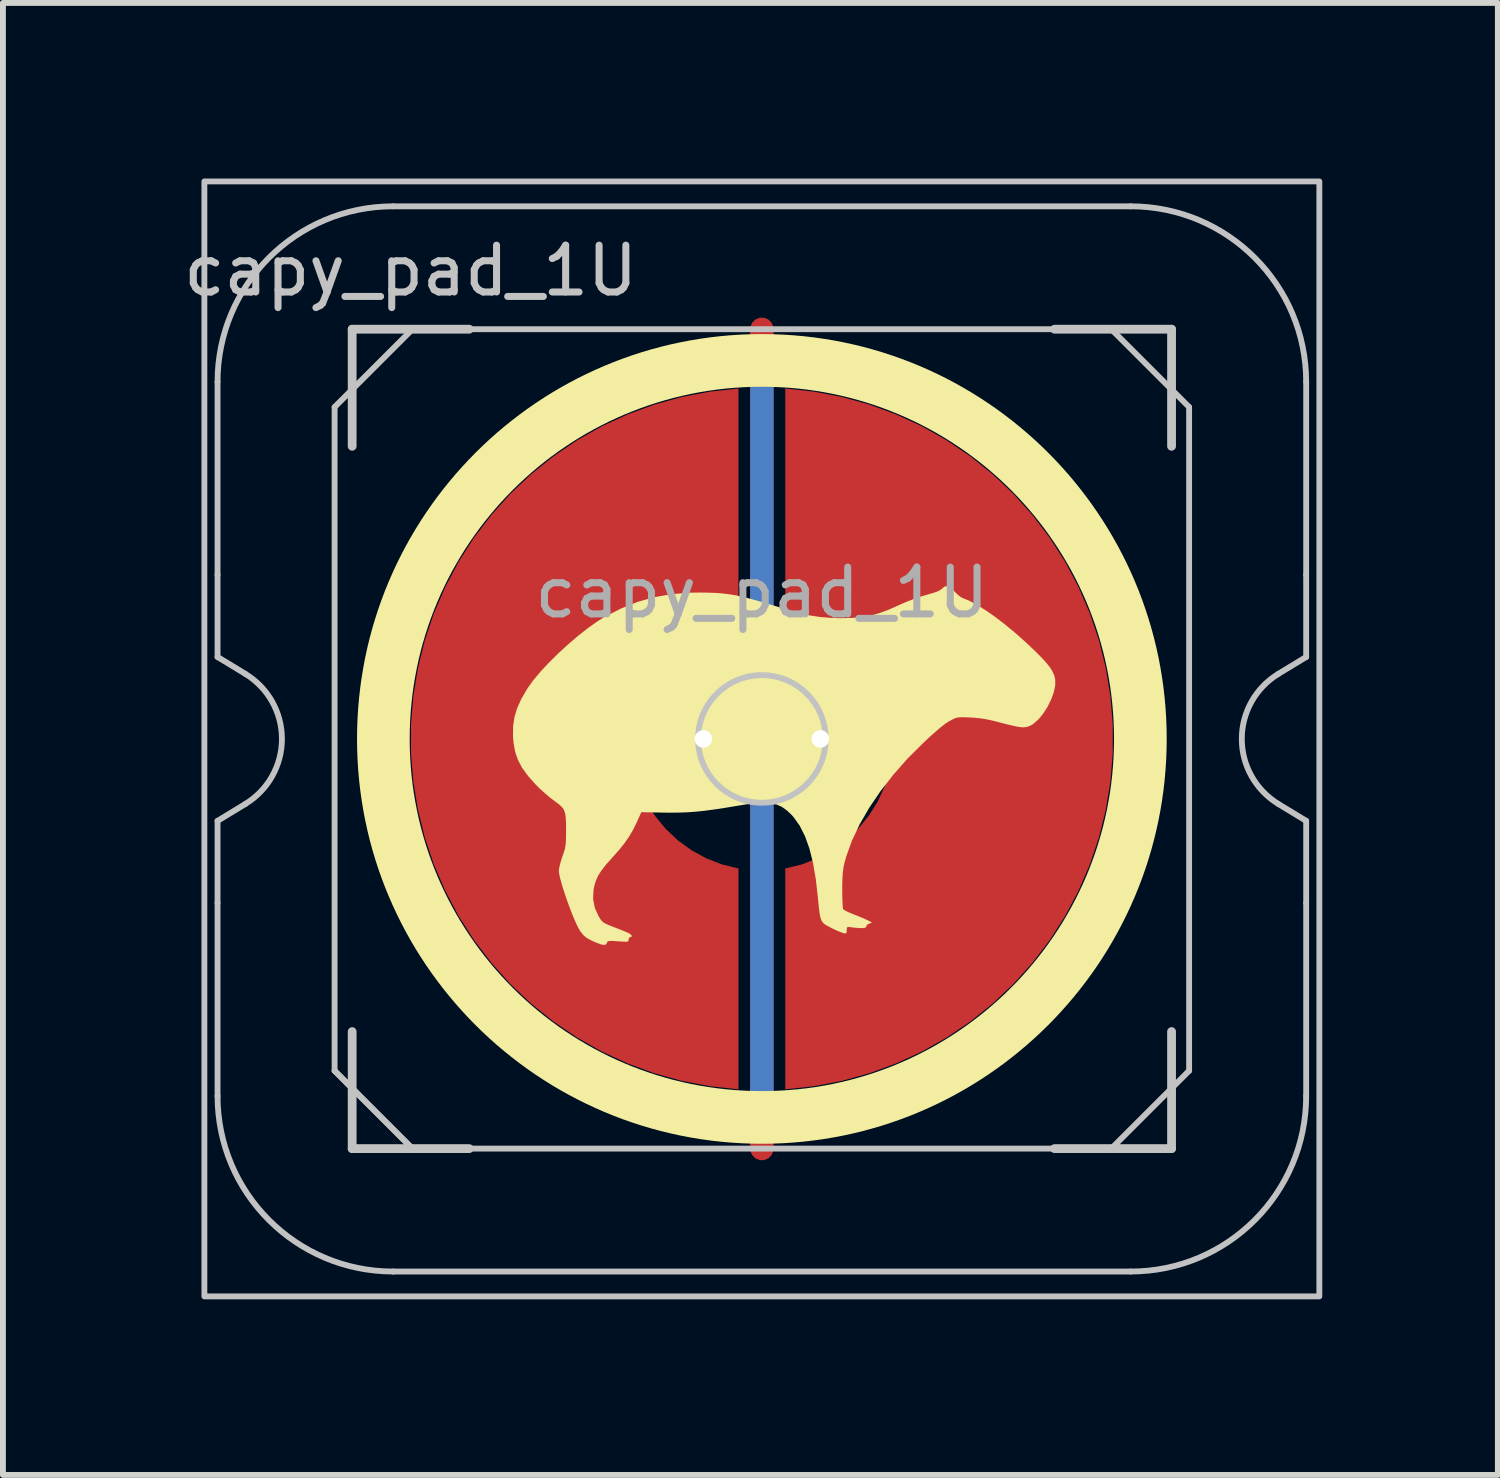
<source format=kicad_pcb>
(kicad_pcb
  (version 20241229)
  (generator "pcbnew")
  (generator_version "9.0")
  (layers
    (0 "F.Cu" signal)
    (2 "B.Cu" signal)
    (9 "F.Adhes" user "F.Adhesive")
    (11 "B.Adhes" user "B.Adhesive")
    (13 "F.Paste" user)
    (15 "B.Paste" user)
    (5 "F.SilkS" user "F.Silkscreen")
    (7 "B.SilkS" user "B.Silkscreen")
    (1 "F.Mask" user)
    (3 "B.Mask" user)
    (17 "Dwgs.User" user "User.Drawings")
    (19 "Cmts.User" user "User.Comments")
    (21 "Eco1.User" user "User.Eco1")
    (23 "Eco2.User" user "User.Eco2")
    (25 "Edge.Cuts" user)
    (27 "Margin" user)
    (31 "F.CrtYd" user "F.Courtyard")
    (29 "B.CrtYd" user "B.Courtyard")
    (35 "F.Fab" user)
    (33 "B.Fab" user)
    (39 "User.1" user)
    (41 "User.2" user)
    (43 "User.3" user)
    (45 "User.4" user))
  (footprint "capy_pad_1U"
    (layer "F.Cu")
    (at 9.967 9.575)
    (property "Reference" "capy_pad_1U" (at -6 -8 0) (layer "Dwgs.User") (effects (font (size 0.8 0.8) (thickness 0.12))))
    (attr smd)
    (fp_circle (center 0 0) (end 6.467 0) (stroke (width 0.9) (type solid)) (fill no) (layer "F.SilkS"))
    (fp_poly (pts (xy 3.223 -2.584) (xy 3.287 -2.524) (xy 3.292 -2.518) (xy 3.345 -2.466) (xy 3.396 -2.425) (xy 3.429 -2.407) (xy 3.537 -2.364) (xy 3.668 -2.295) (xy 3.815 -2.203) (xy 3.976 -2.092) (xy 4.145 -1.963) (xy 4.319 -1.82) (xy 4.492 -1.667) (xy 4.562 -1.602) (xy 4.691 -1.478) (xy 4.793 -1.375) (xy 4.871 -1.288) (xy 4.929 -1.213) (xy 4.969 -1.146) (xy 4.996 -1.082) (xy 5.012 -1.018) (xy 5.013 -0.918) (xy 4.989 -0.802) (xy 4.944 -0.677) (xy 4.883 -0.552) (xy 4.808 -0.435) (xy 4.726 -0.334) (xy 4.64 -0.258) (xy 4.599 -0.233) (xy 4.555 -0.213) (xy 4.511 -0.201) (xy 4.46 -0.198) (xy 4.395 -0.204) (xy 4.312 -0.22) (xy 4.203 -0.246) (xy 4.09 -0.275) (xy 3.949 -0.311) (xy 3.832 -0.336) (xy 3.729 -0.352) (xy 3.626 -0.362) (xy 3.563 -0.366) (xy 3.466 -0.37) (xy 3.397 -0.37) (xy 3.348 -0.366) (xy 3.308 -0.356) (xy 3.267 -0.338) (xy 3.245 -0.326) (xy 3.183 -0.292) (xy 3.119 -0.248) (xy 3.047 -0.192) (xy 2.962 -0.119) (xy 2.858 -0.026) (xy 2.757 0.069) (xy 2.489 0.336) (xy 2.245 0.613) (xy 2.026 0.894) (xy 1.834 1.177) (xy 1.671 1.46) (xy 1.54 1.737) (xy 1.442 2.008) (xy 1.411 2.119) (xy 1.395 2.194) (xy 1.384 2.272) (xy 1.377 2.363) (xy 1.374 2.477) (xy 1.373 2.578) (xy 1.374 2.685) (xy 1.377 2.78) (xy 1.381 2.854) (xy 1.386 2.9) (xy 1.389 2.91) (xy 1.413 2.928) (xy 1.465 2.954) (xy 1.535 2.984) (xy 1.578 3.001) (xy 1.662 3.035) (xy 1.74 3.067) (xy 1.799 3.094) (xy 1.816 3.103) (xy 1.882 3.138) (xy 1.829 3.158) (xy 1.792 3.18) (xy 1.785 3.204) (xy 1.775 3.222) (xy 1.733 3.232) (xy 1.661 3.232) (xy 1.565 3.223) (xy 1.522 3.217) (xy 1.475 3.212) (xy 1.455 3.221) (xy 1.45 3.253) (xy 1.45 3.269) (xy 1.447 3.311) (xy 1.431 3.324) (xy 1.397 3.319) (xy 1.342 3.3) (xy 1.27 3.27) (xy 1.193 3.233) (xy 1.123 3.196) (xy 1.072 3.165) (xy 1.059 3.154) (xy 1.034 3.127) (xy 1.014 3.092) (xy 0.999 3.044) (xy 0.986 2.977) (xy 0.974 2.884) (xy 0.962 2.76) (xy 0.958 2.718) (xy 0.922 2.4) (xy 0.874 2.119) (xy 0.812 1.872) (xy 0.736 1.66) (xy 0.646 1.482) (xy 0.541 1.335) (xy 0.5 1.29) (xy 0.421 1.217) (xy 0.341 1.161) (xy 0.256 1.122) (xy 0.16 1.098) (xy 0.048 1.09) (xy -0.086 1.096) (xy -0.246 1.115) (xy -0.404 1.14) (xy -0.625 1.177) (xy -0.815 1.206) (xy -0.983 1.228) (xy -1.136 1.244) (xy -1.281 1.254) (xy -1.426 1.259) (xy -1.579 1.26) (xy -1.673 1.259) (xy -2.06 1.252) (xy -2.132 1.412) (xy -2.195 1.542) (xy -2.262 1.659) (xy -2.34 1.772) (xy -2.434 1.891) (xy -2.553 2.024) (xy -2.56 2.033) (xy -2.663 2.148) (xy -2.74 2.247) (xy -2.797 2.335) (xy -2.836 2.422) (xy -2.863 2.513) (xy -2.875 2.575) (xy -2.884 2.733) (xy -2.854 2.887) (xy -2.788 3.032) (xy -2.788 3.032) (xy -2.759 3.079) (xy -2.733 3.113) (xy -2.701 3.139) (xy -2.656 3.164) (xy -2.589 3.192) (xy -2.515 3.221) (xy -2.427 3.255) (xy -2.35 3.286) (xy -2.291 3.311) (xy -2.263 3.325) (xy -2.229 3.352) (xy -2.222 3.375) (xy -2.245 3.386) (xy -2.249 3.386) (xy -2.272 3.403) (xy -2.278 3.429) (xy -2.279 3.448) (xy -2.289 3.46) (xy -2.315 3.465) (xy -2.363 3.464) (xy -2.441 3.459) (xy -2.458 3.458) (xy -2.542 3.452) (xy -2.596 3.451) (xy -2.626 3.456) (xy -2.641 3.466) (xy -2.648 3.485) (xy -2.664 3.512) (xy -2.695 3.521) (xy -2.748 3.511) (xy -2.829 3.481) (xy -2.84 3.477) (xy -2.933 3.434) (xy -3.001 3.394) (xy -3.052 3.349) (xy -3.099 3.291) (xy -3.103 3.285) (xy -3.138 3.226) (xy -3.18 3.137) (xy -3.227 3.028) (xy -3.276 2.903) (xy -3.324 2.772) (xy -3.369 2.641) (xy -3.409 2.516) (xy -3.44 2.406) (xy -3.461 2.318) (xy -3.469 2.258) (xy -3.469 2.257) (xy -3.462 2.2) (xy -3.443 2.121) (xy -3.417 2.035) (xy -3.408 2.008) (xy -3.383 1.937) (xy -3.365 1.879) (xy -3.355 1.822) (xy -3.349 1.756) (xy -3.346 1.67) (xy -3.345 1.576) (xy -3.346 1.443) (xy -3.351 1.342) (xy -3.363 1.266) (xy -3.384 1.208) (xy -3.419 1.16) (xy -3.469 1.115) (xy -3.537 1.065) (xy -3.543 1.061) (xy -3.617 1.005) (xy -3.705 0.93) (xy -3.796 0.848) (xy -3.863 0.781) (xy -3.995 0.633) (xy -4.096 0.494) (xy -4.169 0.357) (xy -4.217 0.214) (xy -4.244 0.059) (xy -4.252 -0.047) (xy -4.25 -0.214) (xy -4.228 -0.369) (xy -4.183 -0.52) (xy -4.113 -0.677) (xy -4.015 -0.846) (xy -3.993 -0.881) (xy -3.899 -1.01) (xy -3.778 -1.154) (xy -3.635 -1.306) (xy -3.478 -1.462) (xy -3.311 -1.615) (xy -3.142 -1.76) (xy -2.975 -1.891) (xy -2.817 -2.004) (xy -2.691 -2.082) (xy -2.409 -2.227) (xy -2.131 -2.339) (xy -1.847 -2.42) (xy -1.551 -2.472) (xy -1.236 -2.498) (xy -1.067 -2.501) (xy -0.925 -2.499) (xy -0.798 -2.495) (xy -0.678 -2.486) (xy -0.561 -2.472) (xy -0.44 -2.452) (xy -0.311 -2.424) (xy -0.168 -2.387) (xy -0.004 -2.341) (xy 0.185 -2.284) (xy 0.375 -2.225) (xy 0.599 -2.16) (xy 0.802 -2.113) (xy 0.995 -2.083) (xy 1.192 -2.067) (xy 1.358 -2.063) (xy 1.547 -2.068) (xy 1.711 -2.082) (xy 1.863 -2.109) (xy 2.013 -2.151) (xy 2.172 -2.21) (xy 2.35 -2.29) (xy 2.365 -2.297) (xy 2.479 -2.346) (xy 2.61 -2.396) (xy 2.74 -2.44) (xy 2.805 -2.459) (xy 2.918 -2.491) (xy 2.998 -2.519) (xy 3.05 -2.545) (xy 3.077 -2.567) (xy 3.123 -2.604) (xy 3.17 -2.61)) (stroke (width 0) (type solid)) (fill yes) (layer "F.SilkS"))
    (fp_line (start -9.3 -2.805) (end -9.3 -6.1) (stroke (width 0.1) (type solid)) (layer "Dwgs.User"))
    (fp_line (start -9.3 -1.4) (end -9.3 -2.805) (stroke (width 0.1) (type solid)) (layer "Dwgs.User"))
    (fp_line (start -9.3 1.4) (end -8.824 1.111) (stroke (width 0.1) (type solid)) (layer "Dwgs.User"))
    (fp_line (start -9.3 2.805) (end -9.3 1.4) (stroke (width 0.1) (type solid)) (layer "Dwgs.User"))
    (fp_line (start -9.3 6.1) (end -9.3 2.805) (stroke (width 0.1) (type solid)) (layer "Dwgs.User"))
    (fp_line (start -8.824 -1.111) (end -9.3 -1.4) (stroke (width 0.1) (type solid)) (layer "Dwgs.User"))
    (fp_line (start -7.3 -5.67) (end -5.97 -7) (stroke (width 0.1) (type solid)) (layer "Dwgs.User"))
    (fp_line (start -7.3 5.67) (end -7.3 -5.67) (stroke (width 0.1) (type solid)) (layer "Dwgs.User"))
    (fp_line (start -7.3 5.67) (end -5.97 7) (stroke (width 0.1) (type solid)) (layer "Dwgs.User"))
    (fp_line (start -7 -7) (end -7 -5) (stroke (width 0.15) (type solid)) (layer "Dwgs.User"))
    (fp_line (start -7 5) (end -7 7) (stroke (width 0.15) (type solid)) (layer "Dwgs.User"))
    (fp_line (start -7 7) (end -5 7) (stroke (width 0.15) (type solid)) (layer "Dwgs.User"))
    (fp_line (start -6.3 -9.1) (end 6.3 -9.1) (stroke (width 0.1) (type solid)) (layer "Dwgs.User"))
    (fp_line (start -5.97 -7) (end 5.97 -7) (stroke (width 0.1) (type solid)) (layer "Dwgs.User"))
    (fp_line (start -5.97 7) (end -7.3 5.67) (stroke (width 0.1) (type solid)) (layer "Dwgs.User"))
    (fp_line (start -5 -7) (end -7 -7) (stroke (width 0.15) (type solid)) (layer "Dwgs.User"))
    (fp_line (start 5 -7) (end 7 -7) (stroke (width 0.15) (type solid)) (layer "Dwgs.User"))
    (fp_line (start 5 7) (end 7 7) (stroke (width 0.15) (type solid)) (layer "Dwgs.User"))
    (fp_line (start 5.97 -7) (end 7.3 -5.67) (stroke (width 0.1) (type solid)) (layer "Dwgs.User"))
    (fp_line (start 5.97 7) (end -5.97 7) (stroke (width 0.1) (type solid)) (layer "Dwgs.User"))
    (fp_line (start 6.3 9.1) (end -6.3 9.1) (stroke (width 0.1) (type solid)) (layer "Dwgs.User"))
    (fp_line (start 7 -7) (end 7 -5) (stroke (width 0.15) (type solid)) (layer "Dwgs.User"))
    (fp_line (start 7 7) (end 7 5) (stroke (width 0.15) (type solid)) (layer "Dwgs.User"))
    (fp_line (start 7.3 -5.67) (end 7.3 5.67) (stroke (width 0.1) (type solid)) (layer "Dwgs.User"))
    (fp_line (start 7.3 5.67) (end 5.97 7) (stroke (width 0.1) (type solid)) (layer "Dwgs.User"))
    (fp_line (start 8.824 1.111) (end 9.3 1.4) (stroke (width 0.1) (type solid)) (layer "Dwgs.User"))
    (fp_line (start 9.3 -6.1) (end 9.3 -2.805) (stroke (width 0.1) (type solid)) (layer "Dwgs.User"))
    (fp_line (start 9.3 -2.805) (end 9.3 -1.4) (stroke (width 0.1) (type solid)) (layer "Dwgs.User"))
    (fp_line (start 9.3 -1.4) (end 8.824 -1.111) (stroke (width 0.1) (type solid)) (layer "Dwgs.User"))
    (fp_line (start 9.3 1.4) (end 9.3 2.805) (stroke (width 0.1) (type solid)) (layer "Dwgs.User"))
    (fp_line (start 9.3 2.805) (end 9.3 6.1) (stroke (width 0.1) (type solid)) (layer "Dwgs.User"))
    (fp_rect (start -9.525 -9.525) (end 9.525 9.525) (stroke (width 0.1) (type default)) (fill no) (layer "Dwgs.User"))
    (fp_arc (start -9.3 -6.1) (mid -8.42132 -8.22132) (end -6.3 -9.1) (stroke (width 0.1) (type solid)) (layer "Dwgs.User"))
    (fp_arc (start -8.824333 -1.110619) (mid -8.2 0) (end -8.824333 1.110619) (stroke (width 0.1) (type solid)) (layer "Dwgs.User"))
    (fp_arc (start -6.3 9.1) (mid -8.42132 8.22132) (end -9.3 6.1) (stroke (width 0.1) (type solid)) (layer "Dwgs.User"))
    (fp_arc (start 6.3 -9.1) (mid 8.42132 -8.22132) (end 9.3 -6.1) (stroke (width 0.1) (type solid)) (layer "Dwgs.User"))
    (fp_arc (start 8.824333 1.110619) (mid 8.2 0) (end 8.824333 -1.110619) (stroke (width 0.1) (type solid)) (layer "Dwgs.User"))
    (fp_arc (start 9.3 6.1) (mid 8.42132 8.22132) (end 6.3 9.1) (stroke (width 0.1) (type solid)) (layer "Dwgs.User"))
    (fp_circle (center 0 0) (end 1.09 0) (stroke (width 0.1) (type default)) (fill no) (layer "Dwgs.User"))
    (fp_text user "${REFERENCE}" (at 0 -2.5 0) (layer "F.Fab") (effects (font (size 0.8 0.8) (thickness 0.12))))
    (pad "1" smd custom (at -1 0) (size 0.4 0.4) (layers "F.Cu") (options (anchor circle)) (primitives (gr_poly (pts (xy 0.6 -2.214) (xy 0.32 -2.145) (xy 0.052 -2.041) (xy -0.201 -1.903) (xy -0.434 -1.734) (xy -0.644 -1.536) (xy -0.826 -1.314) (xy -0.979 -1.07) (xy -1.1 -0.808) (xy -1.186 -0.534) (xy -1.236 -0.25) (xy 0 -0.25) (xy 0.096 -0.231) (xy 0.177 -0.177) (xy 0.231 -0.096) (xy 0.25 0) (xy 0.231 0.096) (xy 0.177 0.177) (xy 0.096 0.231) (xy 0 0.25) (xy -1.236 0.25) (xy -1.186 0.534) (xy -1.1 0.808) (xy -0.979 1.07) (xy -0.826 1.314) (xy -0.644 1.536) (xy -0.434 1.734) (xy -0.201 1.903) (xy 0.052 2.041) (xy 0.32 2.145) (xy 0.6 2.214) (xy 0.6 5.987) (xy 0.115 5.934) (xy -0.364 5.843) (xy -0.834 5.713) (xy -1.292 5.545) (xy -1.735 5.341) (xy -2.159 5.101) (xy -2.563 4.827) (xy -2.943 4.522) (xy -3.298 4.187) (xy -3.623 3.824) (xy -3.919 3.436) (xy -4.182 3.025) (xy -4.41 2.594) (xy -4.603 2.147) (xy -4.759 1.684) (xy -4.876 1.211) (xy -4.955 0.73) (xy -4.995 0.244) (xy -4.995 -0.244) (xy -4.955 -0.73) (xy -4.876 -1.211) (xy -4.759 -1.684) (xy -4.603 -2.147) (xy -4.41 -2.594) (xy -4.182 -3.025) (xy -3.919 -3.436) (xy -3.623 -3.824) (xy -3.298 -4.187) (xy -2.943 -4.522) (xy -2.563 -4.827) (xy -2.159 -5.101) (xy -1.735 -5.341) (xy -1.292 -5.545) (xy -0.834 -5.713) (xy -0.364 -5.843) (xy 0.115 -5.934) (xy 0.6 -5.987)) (width 0) (fill yes))))
    (pad "1" thru_hole circle (at -1 0) (size 0.6 0.6) (drill 0.3) (layers "*.Cu"))
    (pad "2" smd custom (at 1 0 180) (size 0.4 0.4) (layers "F.Cu") (options (anchor circle)) (primitives (gr_poly (pts (xy 0.6 -2.214) (xy 0.32 -2.145) (xy 0.052 -2.041) (xy -0.201 -1.903) (xy -0.434 -1.734) (xy -0.644 -1.536) (xy -0.826 -1.314) (xy -0.979 -1.07) (xy -1.1 -0.808) (xy -1.186 -0.534) (xy -1.236 -0.25) (xy 0 -0.25) (xy 0.096 -0.231) (xy 0.177 -0.177) (xy 0.231 -0.096) (xy 0.25 0) (xy 0.231 0.096) (xy 0.177 0.177) (xy 0.096 0.231) (xy 0 0.25) (xy -1.236 0.25) (xy -1.186 0.534) (xy -1.1 0.808) (xy -0.979 1.07) (xy -0.826 1.314) (xy -0.644 1.536) (xy -0.434 1.734) (xy -0.201 1.903) (xy 0.052 2.041) (xy 0.32 2.145) (xy 0.6 2.214) (xy 0.6 5.987) (xy 0.115 5.934) (xy -0.364 5.843) (xy -0.834 5.713) (xy -1.292 5.545) (xy -1.735 5.341) (xy -2.159 5.101) (xy -2.563 4.827) (xy -2.943 4.522) (xy -3.298 4.187) (xy -3.623 3.824) (xy -3.919 3.436) (xy -4.182 3.025) (xy -4.41 2.594) (xy -4.603 2.147) (xy -4.759 1.684) (xy -4.876 1.211) (xy -4.955 0.73) (xy -4.995 0.244) (xy -4.995 -0.244) (xy -4.955 -0.73) (xy -4.876 -1.211) (xy -4.759 -1.684) (xy -4.603 -2.147) (xy -4.41 -2.594) (xy -4.182 -3.025) (xy -3.919 -3.436) (xy -3.623 -3.824) (xy -3.298 -4.187) (xy -2.943 -4.522) (xy -2.563 -4.827) (xy -2.159 -5.101) (xy -1.735 -5.341) (xy -1.292 -5.545) (xy -0.834 -5.713) (xy -0.364 -5.843) (xy 0.115 -5.934) (xy 0.6 -5.987)) (width 0) (fill yes))))
    (pad "2" thru_hole circle (at 1 0) (size 0.6 0.6) (drill 0.3) (layers "*.Cu"))
    (pad "3" smd custom (at 0 0) (size 0.4 0.4) (layers "F.Cu") (options (anchor rect)) (primitives (gr_line (start 0 -7) (end 0 7) (width 0.4))))
    (pad "3" smd custom (at 0 0) (size 0.4 0.4) (layers "B.Cu") (options (anchor rect)) (primitives (gr_line (start 0 -6.5) (end 0 6.5) (width 0.4))))
    (zone (net_name "") (layer "F.Cu") (hatch edge 0.508) (connect_pads) (min_thickness 0.254) (filled_areas_thickness no) (keepout (tracks allowed) (vias allowed) (pads allowed) (copperpour not_allowed) (footprints allowed)) (placement (enabled no)) (fill) (polygon (pts (xy 16.972 9.575) (xy 16.953 9.062) (xy 16.896 8.552) (xy 16.803 8.047) (xy 16.673 7.55) (xy 16.506 7.065) (xy 16.305 6.592) (xy 16.069 6.136) (xy 15.801 5.699) (xy 15.502 5.282) (xy 15.172 4.888) (xy 14.815 4.519) (xy 14.432 4.178) (xy 14.024 3.865) (xy 13.595 3.583) (xy 13.147 3.334) (xy 12.681 3.117) (xy 12.201 2.936) (xy 11.709 2.79) (xy 11.207 2.681) (xy 10.699 2.608) (xy 10.187 2.574) (xy 9.673 2.576) (xy 9.162 2.617) (xy 8.654 2.694) (xy 8.154 2.809) (xy 7.663 2.96) (xy 7.185 3.146) (xy 6.721 3.367) (xy 6.275 3.622) (xy 5.849 3.908) (xy 5.445 4.225) (xy 5.066 4.57) (xy 4.712 4.943) (xy 4.387 5.34) (xy 4.092 5.76) (xy 3.828 6.2) (xy 3.598 6.659) (xy 3.401 7.133) (xy 3.24 7.621) (xy 3.115 8.119) (xy 3.027 8.624) (xy 2.976 9.135) (xy 2.962 9.648) (xy 2.986 10.161) (xy 3.048 10.671) (xy 3.147 11.175) (xy 3.282 11.67) (xy 3.454 12.154) (xy 3.66 12.624) (xy 3.9 13.077) (xy 4.173 13.512) (xy 4.477 13.926) (xy 4.81 14.316) (xy 5.171 14.681) (xy 5.558 15.019) (xy 5.969 15.327) (xy 6.401 15.604) (xy 6.852 15.849) (xy 7.32 16.061) (xy 7.802 16.237) (xy 8.296 16.378) (xy 8.798 16.482) (xy 9.307 16.549) (xy 9.82 16.578) (xy 10.333 16.57) (xy 10.845 16.525) (xy 11.351 16.442) (xy 11.85 16.322) (xy 12.339 16.166) (xy 12.816 15.974) (xy 13.277 15.748) (xy 13.72 15.489) (xy 14.143 15.199) (xy 14.544 14.878) (xy 14.92 14.528) (xy 15.269 14.152) (xy 15.59 13.751) (xy 15.881 13.328) (xy 16.14 12.885) (xy 16.366 12.424) (xy 16.557 11.948) (xy 16.714 11.459) (xy 16.833 10.96) (xy 16.916 10.453) (xy 16.962 9.942))))
    (zone (net_name "") (layer "B.Cu") (hatch edge 0.508) (connect_pads) (min_thickness 0.254) (filled_areas_thickness no) (keepout (tracks allowed) (vias allowed) (pads allowed) (copperpour not_allowed) (footprints allowed)) (placement (enabled no)) (fill) (polygon (pts (xy 16.525 9.575) (xy 16.505 9.06) (xy 16.444 8.549) (xy 16.344 8.044) (xy 16.204 7.548) (xy 16.026 7.065) (xy 15.81 6.598) (xy 15.559 6.148) (xy 15.272 5.72) (xy 14.954 5.316) (xy 14.604 4.938) (xy 14.226 4.588) (xy 13.822 4.269) (xy 13.393 3.983) (xy 12.944 3.732) (xy 12.476 3.516) (xy 11.993 3.338) (xy 11.498 3.198) (xy 10.993 3.097) (xy 10.481 3.037) (xy 9.967 3.017) (xy 9.452 3.037) (xy 8.941 3.097) (xy 8.436 3.198) (xy 7.94 3.338) (xy 7.457 3.516) (xy 6.989 3.732) (xy 6.54 3.983) (xy 6.112 4.269) (xy 5.707 4.588) (xy 5.329 4.938) (xy 4.98 5.316) (xy 4.661 5.72) (xy 4.375 6.148) (xy 4.123 6.598) (xy 3.908 7.065) (xy 3.729 7.548) (xy 3.59 8.044) (xy 3.489 8.549) (xy 3.429 9.06) (xy 3.408 9.575) (xy 3.429 10.09) (xy 3.489 10.601) (xy 3.59 11.106) (xy 3.729 11.602) (xy 3.908 12.085) (xy 4.123 12.552) (xy 4.375 13.002) (xy 4.661 13.43) (xy 4.98 13.834) (xy 5.329 14.212) (xy 5.707 14.562) (xy 6.112 14.881) (xy 6.54 15.167) (xy 6.989 15.418) (xy 7.457 15.634) (xy 7.94 15.812) (xy 8.436 15.952) (xy 8.941 16.053) (xy 9.452 16.113) (xy 9.967 16.133) (xy 10.481 16.113) (xy 10.993 16.053) (xy 11.498 15.952) (xy 11.993 15.812) (xy 12.476 15.634) (xy 12.944 15.418) (xy 13.393 15.167) (xy 13.822 14.881) (xy 14.226 14.562) (xy 14.604 14.212) (xy 14.954 13.834) (xy 15.272 13.43) (xy 15.559 13.002) (xy 15.81 12.552) (xy 16.026 12.085) (xy 16.204 11.602) (xy 16.344 11.106) (xy 16.444 10.601) (xy 16.505 10.09)))))
  (gr_rect
    (start -3 -3)
    (end 22.542 22.15)
    (stroke (width 0.1) (type default))
    (fill no)
    (layer "Edge.Cuts")))
</source>
